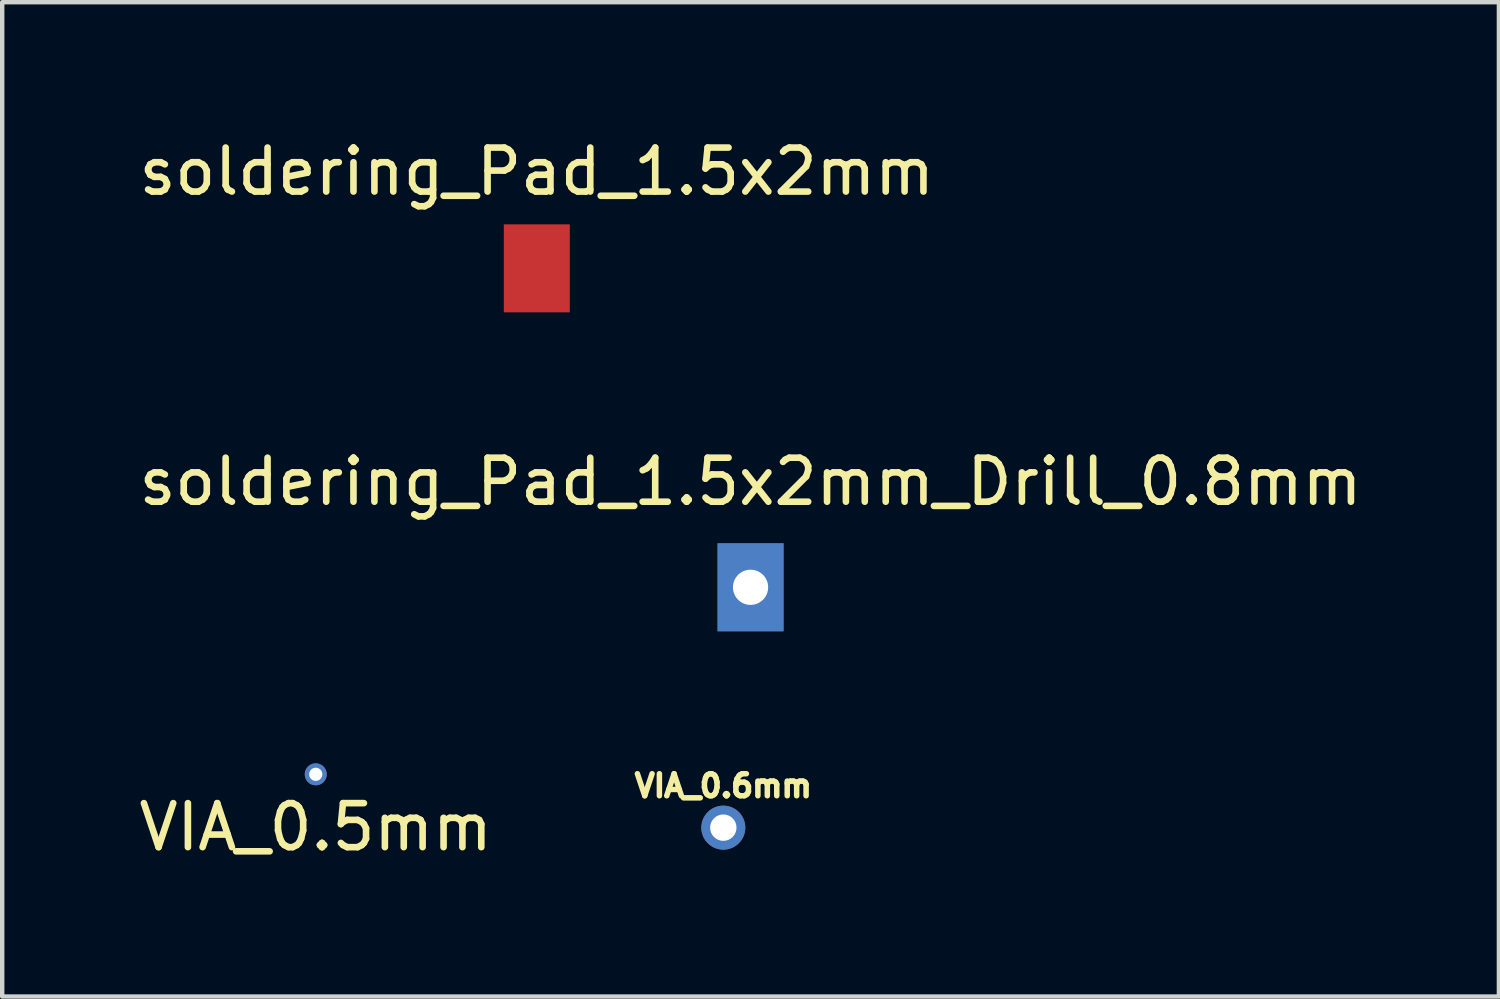
<source format=kicad_pcb>
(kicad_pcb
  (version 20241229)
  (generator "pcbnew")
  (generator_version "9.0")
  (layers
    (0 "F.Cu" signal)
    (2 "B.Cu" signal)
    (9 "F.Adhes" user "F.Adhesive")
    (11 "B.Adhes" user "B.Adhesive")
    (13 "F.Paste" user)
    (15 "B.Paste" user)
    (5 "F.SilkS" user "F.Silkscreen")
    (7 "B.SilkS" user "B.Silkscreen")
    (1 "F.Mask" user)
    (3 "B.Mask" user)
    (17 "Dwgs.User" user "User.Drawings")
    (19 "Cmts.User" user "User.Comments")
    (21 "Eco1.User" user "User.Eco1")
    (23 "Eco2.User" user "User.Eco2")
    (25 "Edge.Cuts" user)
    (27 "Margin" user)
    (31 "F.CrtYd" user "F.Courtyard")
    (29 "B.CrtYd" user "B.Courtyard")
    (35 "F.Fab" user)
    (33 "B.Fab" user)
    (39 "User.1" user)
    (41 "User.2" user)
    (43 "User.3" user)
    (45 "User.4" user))
  (footprint "VIA_0.6mm"
    (layer "F.Cu")
    (at 13.387 15.758)
    (property "Reference" "VIA_0.6mm" (at 0 -0.95 0) (layer "F.SilkS") (effects (font (size 0.5 0.5) (thickness 0.125))))
    (attr exclude_from_pos_files exclude_from_bom)
    (pad "1" thru_hole circle (at 0 0) (size 1 1) (drill 0.6) (layers "*.Cu" "*.Mask")))
  (footprint "VIA_0.5mm"
    (layer "F.Cu")
    (at 4.125 14.546)
    (property "Reference" "VIA_0.5mm" (at 0 1.2 0) (layer "F.SilkS") (effects (font (size 1 1) (thickness 0.15))))
    (attr exclude_from_pos_files exclude_from_bom)
    (pad "1" thru_hole circle (at 0 0) (size 0.5 0.5) (drill 0.3) (layers "*.Cu")))
  (footprint "soldering_Pad_1.5x2mm"
    (layer "F.Cu")
    (at 9.149 3.048)
    (property "Reference" "soldering_Pad_1.5x2mm" (at 0 -2.2 0) (layer "F.SilkS") (effects (font (size 1 1) (thickness 0.15))))
    (attr exclude_from_pos_files exclude_from_bom)
    (pad "1" smd rect (at 0 0) (size 1.5 2) (layers "F.Cu" "F.Mask" "F.Paste")))
  (footprint "soldering_Pad_1.5x2mm_Drill_0.8mm"
    (layer "F.Cu")
    (at 14.006 10.296)
    (property "Reference" "soldering_Pad_1.5x2mm_Drill_0.8mm" (at 0 -2.4 0) (layer "F.SilkS") (effects (font (size 1 1) (thickness 0.15))))
    (attr exclude_from_pos_files exclude_from_bom)
    (pad "1" thru_hole rect (at 0 0) (size 1.5 2) (drill 0.8) (layers "*.Cu" "*.Mask")))
  (gr_rect
    (start -3 -3)
    (end 31.012 19.595)
    (stroke (width 0.1) (type default))
    (fill no)
    (layer "Edge.Cuts")))
</source>
